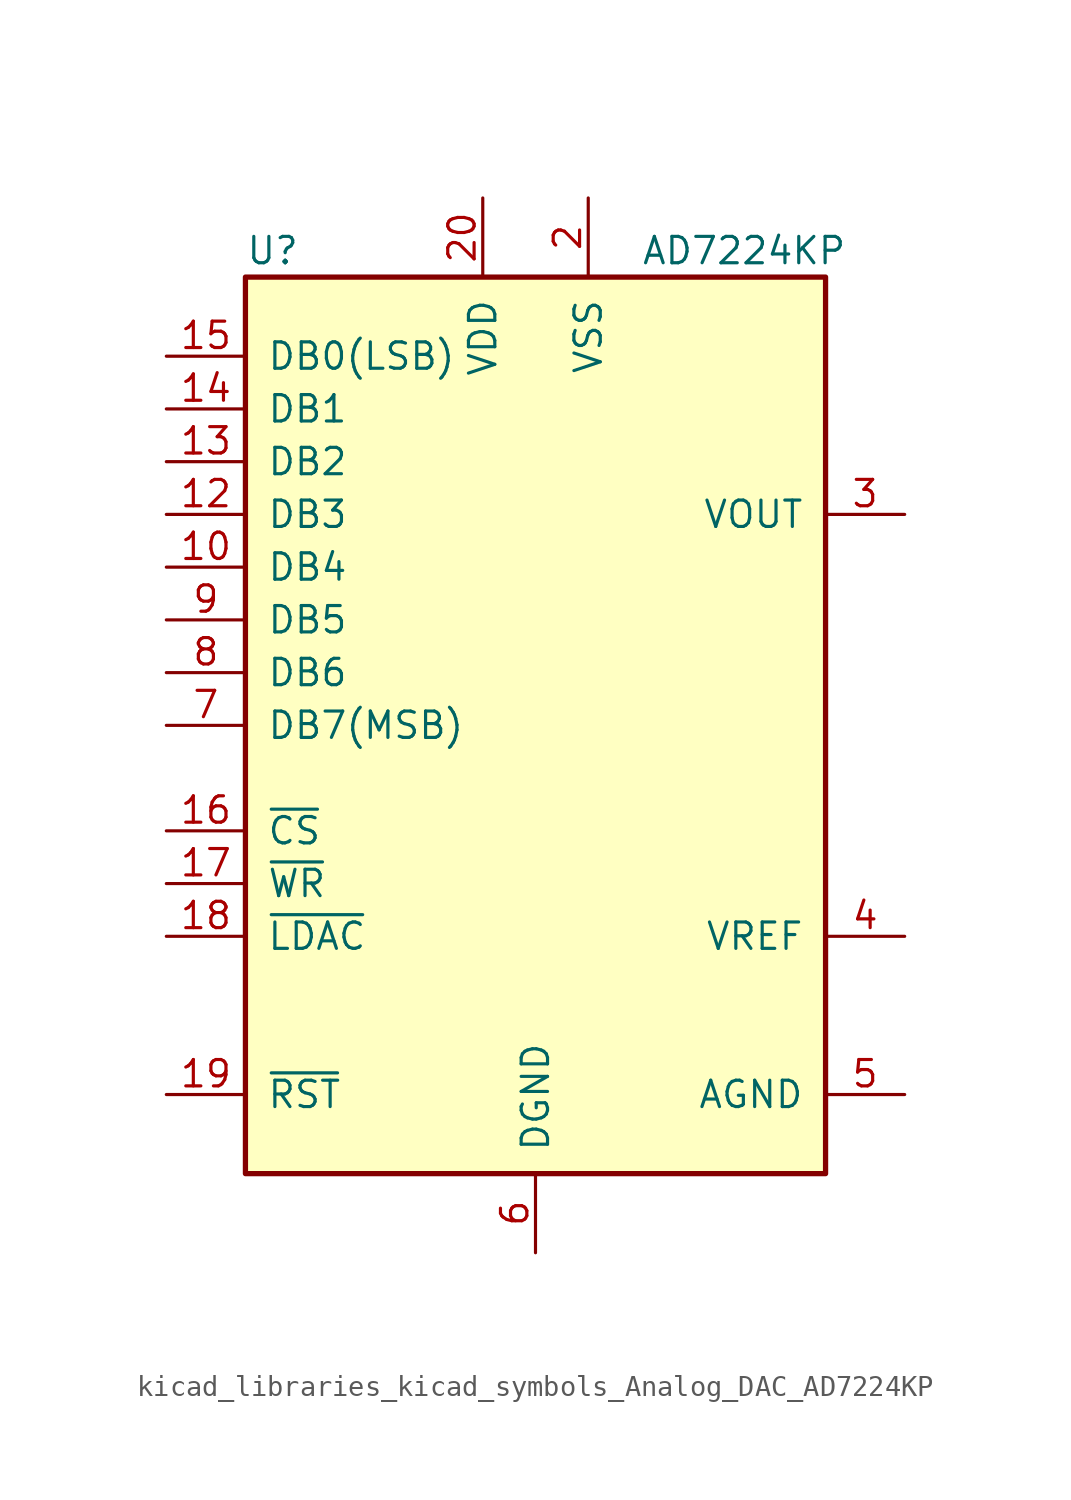
<source format=kicad_sym>
(kicad_symbol_lib
  (version 20220914)
  (generator kicad_symbol_editor)
  (symbol "kicad_libraries_kicad_symbols_Analog_DAC_AD7224KP"
    (pin_names
      (offset 1.016))
    (property "Reference" "U"
      (at -13.97 22.86 0)
      (effects (font (size 1.27 1.27)) (justify left)))
    (property "Value" "AD7224KP"
      (at 5.08 22.86 0)
      (effects (font (size 1.27 1.27)) (justify left)))
    (symbol "kicad_libraries_kicad_symbols_Analog_DAC_AD7224KP_1_1"
      (rectangle (start -13.97 -21.59) (end 13.97 21.59) (stroke (width 0.254) (type default)) (fill (type background)))
      (pin input line (at -17.78 7.62 0) (length 3.81) (name "DB4" (effects (font (size 1.27 1.27)))) (number "10" (effects (font (size 1.27 1.27)))))
      (pin input line (at -17.78 10.16 0) (length 3.81) (name "DB3" (effects (font (size 1.27 1.27)))) (number "12" (effects (font (size 1.27 1.27)))))
      (pin input line (at -17.78 12.7 0) (length 3.81) (name "DB2" (effects (font (size 1.27 1.27)))) (number "13" (effects (font (size 1.27 1.27)))))
      (pin input line (at -17.78 15.24 0) (length 3.81) (name "DB1" (effects (font (size 1.27 1.27)))) (number "14" (effects (font (size 1.27 1.27)))))
      (pin input line (at -17.78 17.78 0) (length 3.81) (name "DB0(LSB)" (effects (font (size 1.27 1.27)))) (number "15" (effects (font (size 1.27 1.27)))))
      (pin input line (at -17.78 -5.08 0) (length 3.81) (name "~{CS}" (effects (font (size 1.27 1.27)))) (number "16" (effects (font (size 1.27 1.27)))))
      (pin input line (at -17.78 -7.62 0) (length 3.81) (name "~{WR}" (effects (font (size 1.27 1.27)))) (number "17" (effects (font (size 1.27 1.27)))))
      (pin input line (at -17.78 -10.16 0) (length 3.81) (name "~{LDAC}" (effects (font (size 1.27 1.27)))) (number "18" (effects (font (size 1.27 1.27)))))
      (pin input line (at -17.78 -17.78 0) (length 3.81) (name "~{RST}" (effects (font (size 1.27 1.27)))) (number "19" (effects (font (size 1.27 1.27)))))
      (pin power_in line (at 2.54 25.4 270) (length 3.81) (name "VSS" (effects (font (size 1.27 1.27)))) (number "2" (effects (font (size 1.27 1.27)))))
      (pin power_in line (at -2.54 25.4 270) (length 3.81) (name "VDD" (effects (font (size 1.27 1.27)))) (number "20" (effects (font (size 1.27 1.27)))))
      (pin output line (at 17.78 10.16 180) (length 3.81) (name "VOUT" (effects (font (size 1.27 1.27)))) (number "3" (effects (font (size 1.27 1.27)))))
      (pin passive line (at 17.78 -10.16 180) (length 3.81) (name "VREF" (effects (font (size 1.27 1.27)))) (number "4" (effects (font (size 1.27 1.27)))))
      (pin passive line (at 17.78 -17.78 180) (length 3.81) (name "AGND" (effects (font (size 1.27 1.27)))) (number "5" (effects (font (size 1.27 1.27)))))
      (pin power_in line (at 0 -25.4 90) (length 3.81) (name "DGND" (effects (font (size 1.27 1.27)))) (number "6" (effects (font (size 1.27 1.27)))))
      (pin input line (at -17.78 0 0) (length 3.81) (name "DB7(MSB)" (effects (font (size 1.27 1.27)))) (number "7" (effects (font (size 1.27 1.27)))))
      (pin input line (at -17.78 2.54 0) (length 3.81) (name "DB6" (effects (font (size 1.27 1.27)))) (number "8" (effects (font (size 1.27 1.27)))))
      (pin input line (at -17.78 5.08 0) (length 3.81) (name "DB5" (effects (font (size 1.27 1.27)))) (number "9" (effects (font (size 1.27 1.27))))))))
</source>
